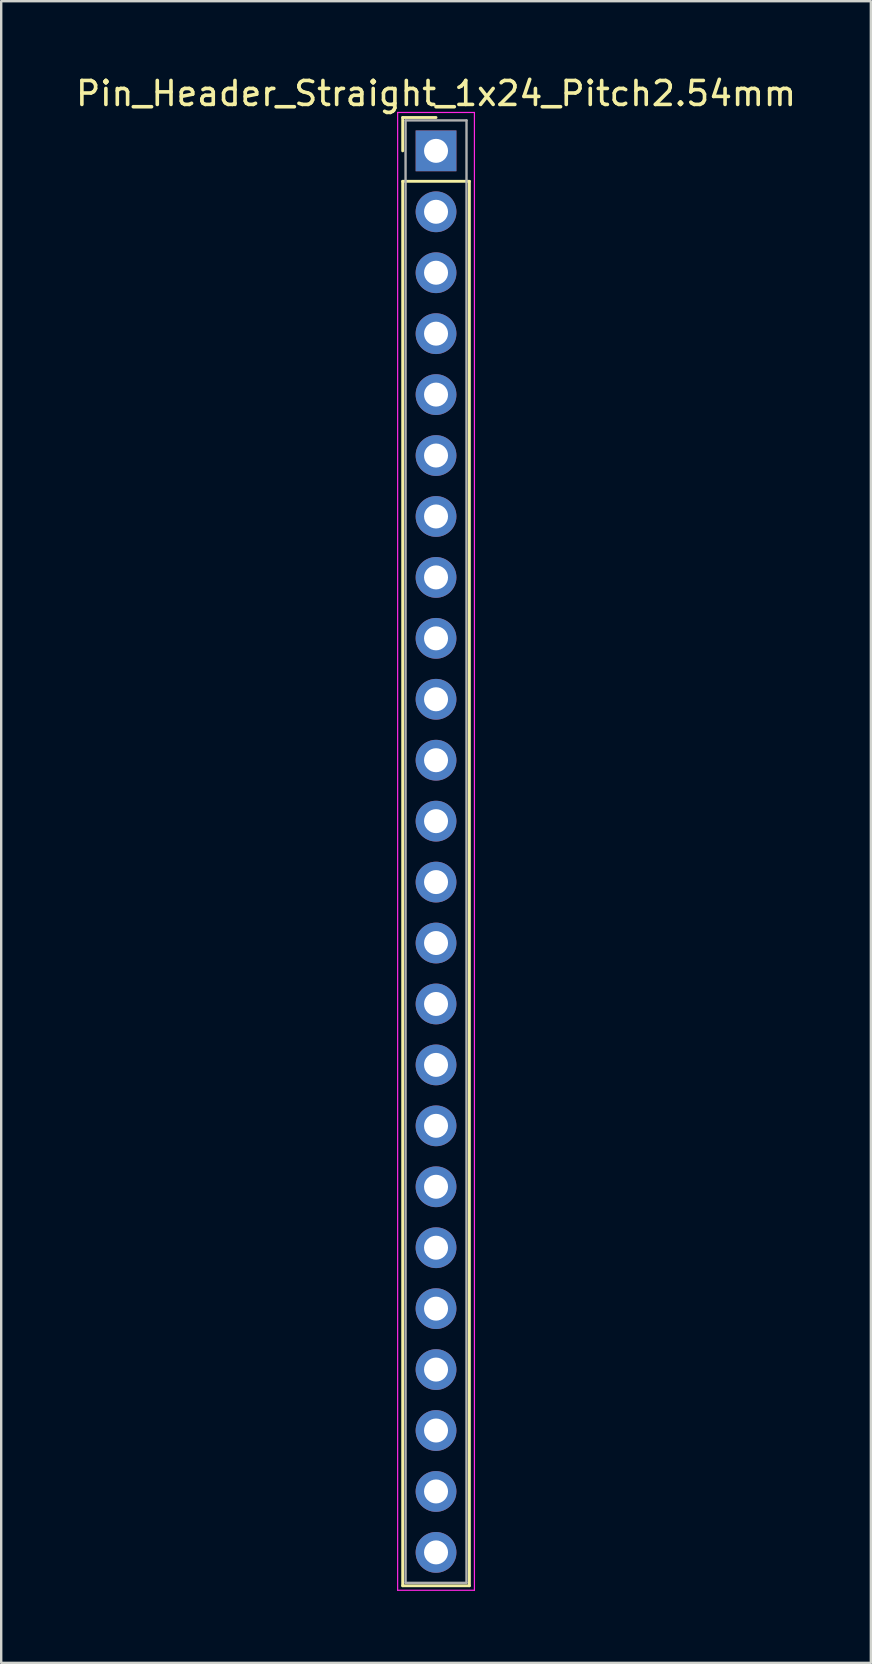
<source format=kicad_pcb>
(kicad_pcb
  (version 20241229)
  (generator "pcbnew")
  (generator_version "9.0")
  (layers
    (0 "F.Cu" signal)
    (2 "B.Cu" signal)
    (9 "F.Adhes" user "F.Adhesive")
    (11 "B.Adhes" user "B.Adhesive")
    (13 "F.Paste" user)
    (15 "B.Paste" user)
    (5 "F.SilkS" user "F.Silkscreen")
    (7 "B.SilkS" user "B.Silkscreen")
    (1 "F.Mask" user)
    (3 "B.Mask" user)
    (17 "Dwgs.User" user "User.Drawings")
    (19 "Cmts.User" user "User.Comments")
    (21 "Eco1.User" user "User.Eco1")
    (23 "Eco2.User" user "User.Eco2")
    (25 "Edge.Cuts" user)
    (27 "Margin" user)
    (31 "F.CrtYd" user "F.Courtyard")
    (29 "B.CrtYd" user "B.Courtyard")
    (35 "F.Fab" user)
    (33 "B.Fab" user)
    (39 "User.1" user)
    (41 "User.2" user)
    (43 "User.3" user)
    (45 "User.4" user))
  (footprint "Pin_Header_Straight_1x24_Pitch2.54mm"
    (layer "F.Cu")
    (at 15.125 3.238)
    (property "Reference" "Pin_Header_Straight_1x24_Pitch2.54mm" (at 0 -2.39 0) (layer "F.SilkS") (effects (font (size 1 1) (thickness 0.15))))
    (attr through_hole)
    (fp_line (start -1.39 -1.39) (end 0 -1.39) (stroke (width 0.12) (type solid)) (layer "F.SilkS"))
    (fp_line (start -1.39 0) (end -1.39 -1.39) (stroke (width 0.12) (type solid)) (layer "F.SilkS"))
    (fp_line (start -1.39 1.27) (end -1.39 59.81) (stroke (width 0.12) (type solid)) (layer "F.SilkS"))
    (fp_line (start -1.39 59.81) (end 1.39 59.81) (stroke (width 0.12) (type solid)) (layer "F.SilkS"))
    (fp_line (start 1.39 1.27) (end -1.39 1.27) (stroke (width 0.12) (type solid)) (layer "F.SilkS"))
    (fp_line (start 1.39 59.81) (end 1.39 1.27) (stroke (width 0.12) (type solid)) (layer "F.SilkS"))
    (fp_line (start -1.6 -1.6) (end -1.6 60) (stroke (width 0.05) (type solid)) (layer "F.CrtYd"))
    (fp_line (start -1.6 60) (end 1.6 60) (stroke (width 0.05) (type solid)) (layer "F.CrtYd"))
    (fp_line (start 1.6 -1.6) (end -1.6 -1.6) (stroke (width 0.05) (type solid)) (layer "F.CrtYd"))
    (fp_line (start 1.6 60) (end 1.6 -1.6) (stroke (width 0.05) (type solid)) (layer "F.CrtYd"))
    (fp_line (start -1.27 -1.27) (end -1.27 59.69) (stroke (width 0.1) (type solid)) (layer "F.Fab"))
    (fp_line (start -1.27 59.69) (end 1.27 59.69) (stroke (width 0.1) (type solid)) (layer "F.Fab"))
    (fp_line (start 1.27 -1.27) (end -1.27 -1.27) (stroke (width 0.1) (type solid)) (layer "F.Fab"))
    (fp_line (start 1.27 59.69) (end 1.27 -1.27) (stroke (width 0.1) (type solid)) (layer "F.Fab"))
    (pad "1" thru_hole rect (at 0 0) (size 1.7 1.7) (drill 1) (layers "*.Cu" "*.Mask"))
    (pad "2" thru_hole oval (at 0 2.54) (size 1.7 1.7) (drill 1) (layers "*.Cu" "*.Mask"))
    (pad "3" thru_hole oval (at 0 5.08) (size 1.7 1.7) (drill 1) (layers "*.Cu" "*.Mask"))
    (pad "4" thru_hole oval (at 0 7.62) (size 1.7 1.7) (drill 1) (layers "*.Cu" "*.Mask"))
    (pad "5" thru_hole oval (at 0 10.16) (size 1.7 1.7) (drill 1) (layers "*.Cu" "*.Mask"))
    (pad "6" thru_hole oval (at 0 12.7) (size 1.7 1.7) (drill 1) (layers "*.Cu" "*.Mask"))
    (pad "7" thru_hole oval (at 0 15.24) (size 1.7 1.7) (drill 1) (layers "*.Cu" "*.Mask"))
    (pad "8" thru_hole oval (at 0 17.78) (size 1.7 1.7) (drill 1) (layers "*.Cu" "*.Mask"))
    (pad "9" thru_hole oval (at 0 20.32) (size 1.7 1.7) (drill 1) (layers "*.Cu" "*.Mask"))
    (pad "10" thru_hole oval (at 0 22.86) (size 1.7 1.7) (drill 1) (layers "*.Cu" "*.Mask"))
    (pad "11" thru_hole oval (at 0 25.4) (size 1.7 1.7) (drill 1) (layers "*.Cu" "*.Mask"))
    (pad "12" thru_hole oval (at 0 27.94) (size 1.7 1.7) (drill 1) (layers "*.Cu" "*.Mask"))
    (pad "13" thru_hole oval (at 0 30.48) (size 1.7 1.7) (drill 1) (layers "*.Cu" "*.Mask"))
    (pad "14" thru_hole oval (at 0 33.02) (size 1.7 1.7) (drill 1) (layers "*.Cu" "*.Mask"))
    (pad "15" thru_hole oval (at 0 35.56) (size 1.7 1.7) (drill 1) (layers "*.Cu" "*.Mask"))
    (pad "16" thru_hole oval (at 0 38.1) (size 1.7 1.7) (drill 1) (layers "*.Cu" "*.Mask"))
    (pad "17" thru_hole oval (at 0 40.64) (size 1.7 1.7) (drill 1) (layers "*.Cu" "*.Mask"))
    (pad "18" thru_hole oval (at 0 43.18) (size 1.7 1.7) (drill 1) (layers "*.Cu" "*.Mask"))
    (pad "19" thru_hole oval (at 0 45.72) (size 1.7 1.7) (drill 1) (layers "*.Cu" "*.Mask"))
    (pad "20" thru_hole oval (at 0 48.26) (size 1.7 1.7) (drill 1) (layers "*.Cu" "*.Mask"))
    (pad "21" thru_hole oval (at 0 50.8) (size 1.7 1.7) (drill 1) (layers "*.Cu" "*.Mask"))
    (pad "22" thru_hole oval (at 0 53.34) (size 1.7 1.7) (drill 1) (layers "*.Cu" "*.Mask"))
    (pad "23" thru_hole oval (at 0 55.88) (size 1.7 1.7) (drill 1) (layers "*.Cu" "*.Mask"))
    (pad "24" thru_hole oval (at 0 58.42) (size 1.7 1.7) (drill 1) (layers "*.Cu" "*.Mask")))
  (gr_rect
    (start -3 -3)
    (end 33.25 66.263)
    (stroke (width 0.1) (type default))
    (fill no)
    (layer "Edge.Cuts")))
</source>
